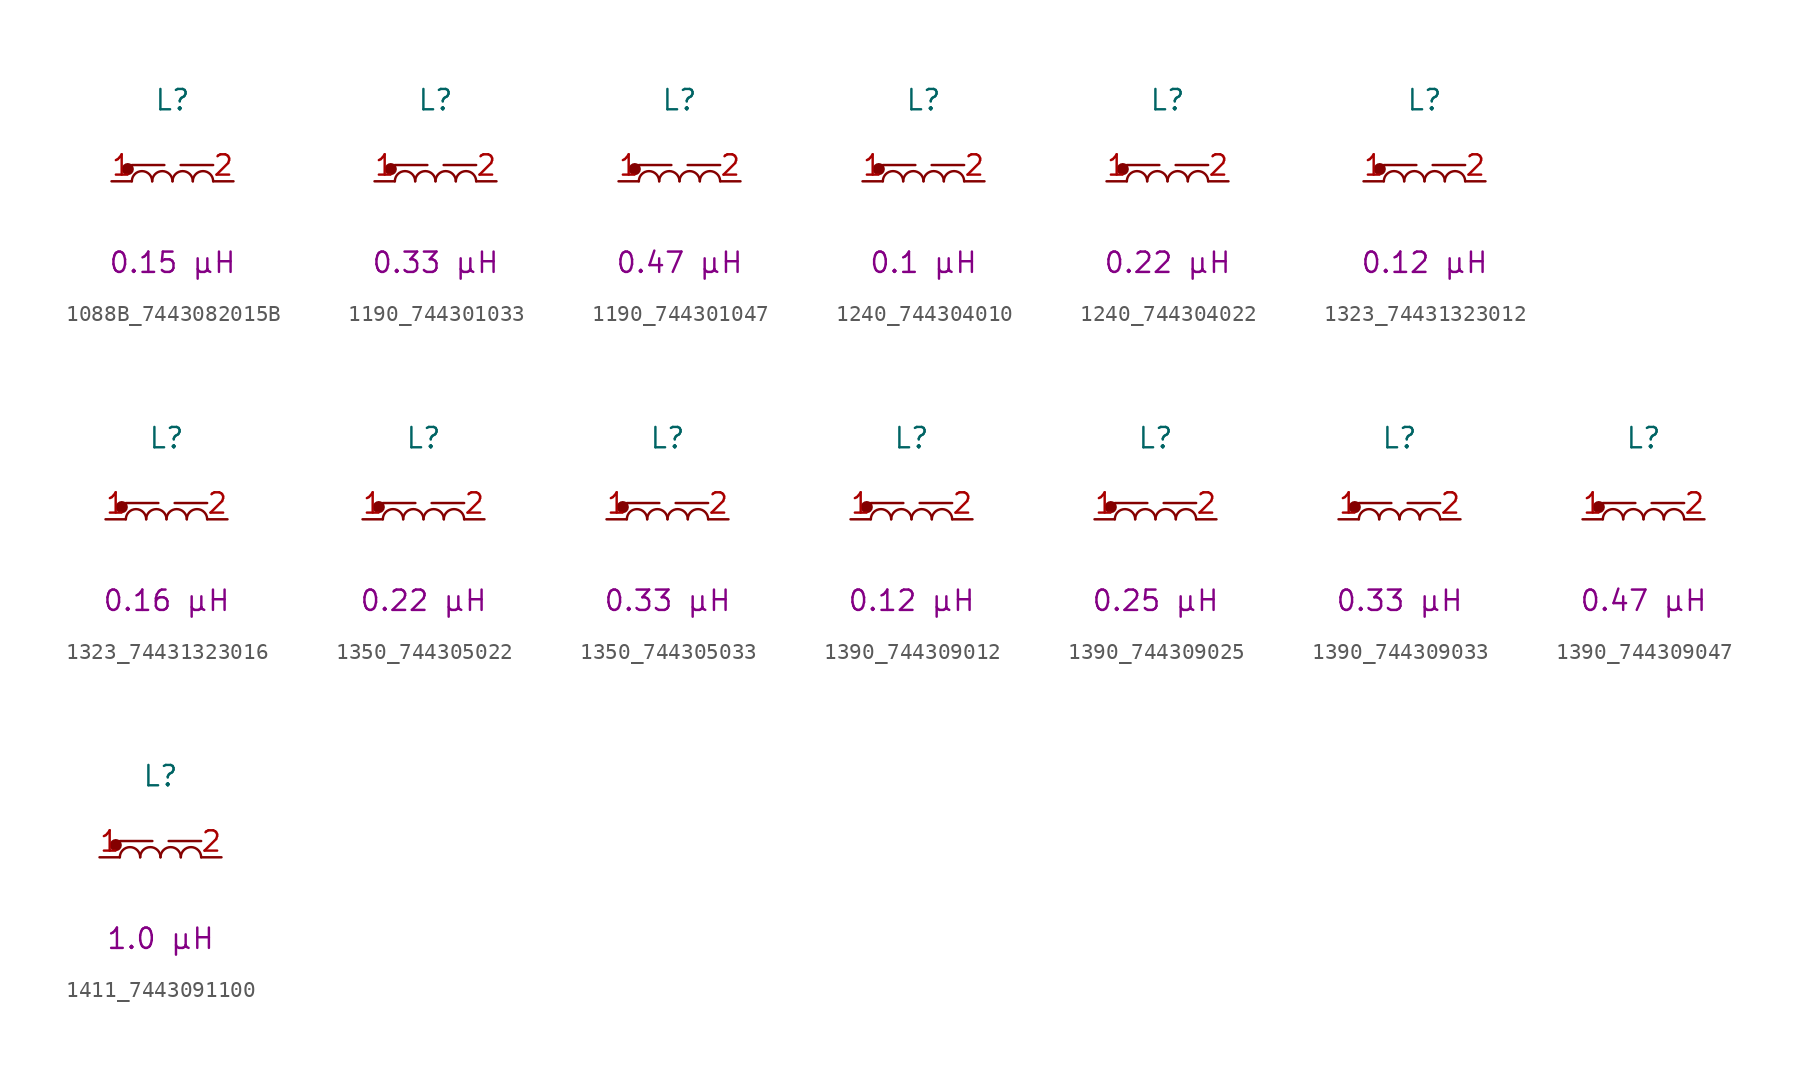
<source format=kicad_sym>
(kicad_symbol_lib
  (version 20220914)
  (generator kicad_symbol_editor)
  (symbol "1088B_7443082015B"
    (pin_names hide)
    (property "Reference" "L"
      (at 0 5.08 0)
      (effects (font (size 1.27 1.27))))
    (property "Critical Parameter" "0.15 µH"
      (at 0 -5.08 0)
      (effects (font (size 1.27 1.27))))
    (symbol "1088B_7443082015B_0_1"
      (arc (start -1.27 0) (mid -1.905 0.6323) (end -2.54 0) (stroke (width 0) (type default)) (fill (type none)))
      (arc (start 0 0) (mid -0.635 0.6323) (end -1.27 0) (stroke (width 0) (type default)) (fill (type none)))
      (polyline (pts (xy -2.54 1.016) (xy -0.508 1.016)) (stroke (width 0) (type default)) (fill (type none)))
      (arc (start 1.27 0) (mid 0.635 0.6323) (end 0 0) (stroke (width 0) (type default)) (fill (type none)))
      (arc (start 2.54 0) (mid 1.905 0.6323) (end 1.27 0) (stroke (width 0) (type default)) (fill (type none))))
    (symbol "1088B_7443082015B_1_1"
      (circle (center -2.794 0.762) (radius 0.0001) (stroke (width 0.381) (type default)) (fill (type none)))
      (polyline (pts (xy 2.54 1.016) (xy 0.508 1.016)) (stroke (width 0) (type default)) (fill (type none)))
      (pin passive line (at -3.81 0 0) (length 1.27) (name "1" (effects (font (size 1.27 1.27)))) (number "1" (effects (font (size 1.27 1.27)))))
      (pin passive line (at 3.81 0 180) (length 1.27) (name "2" (effects (font (size 1.27 1.27)))) (number "2" (effects (font (size 1.27 1.27)))))))
  (symbol "1190_744301033"
    (pin_names hide)
    (property "Reference" "L"
      (at 0 5.08 0)
      (effects (font (size 1.27 1.27))))
    (property "Critical Parameter" "0.33 µH"
      (at 0 -5.08 0)
      (effects (font (size 1.27 1.27))))
    (symbol "1190_744301033_0_1"
      (arc (start -1.27 0) (mid -1.905 0.6323) (end -2.54 0) (stroke (width 0) (type default)) (fill (type none)))
      (arc (start 0 0) (mid -0.635 0.6323) (end -1.27 0) (stroke (width 0) (type default)) (fill (type none)))
      (polyline (pts (xy -2.54 1.016) (xy -0.508 1.016)) (stroke (width 0) (type default)) (fill (type none)))
      (arc (start 1.27 0) (mid 0.635 0.6323) (end 0 0) (stroke (width 0) (type default)) (fill (type none)))
      (arc (start 2.54 0) (mid 1.905 0.6323) (end 1.27 0) (stroke (width 0) (type default)) (fill (type none))))
    (symbol "1190_744301033_1_1"
      (circle (center -2.794 0.762) (radius 0.0001) (stroke (width 0.381) (type default)) (fill (type none)))
      (polyline (pts (xy 2.54 1.016) (xy 0.508 1.016)) (stroke (width 0) (type default)) (fill (type none)))
      (pin passive line (at -3.81 0 0) (length 1.27) (name "1" (effects (font (size 1.27 1.27)))) (number "1" (effects (font (size 1.27 1.27)))))
      (pin passive line (at 3.81 0 180) (length 1.27) (name "2" (effects (font (size 1.27 1.27)))) (number "2" (effects (font (size 1.27 1.27)))))))
  (symbol "1190_744301047"
    (pin_names hide)
    (property "Reference" "L"
      (at 0 5.08 0)
      (effects (font (size 1.27 1.27))))
    (property "Critical Parameter" "0.47 µH"
      (at 0 -5.08 0)
      (effects (font (size 1.27 1.27))))
    (symbol "1190_744301047_0_1"
      (arc (start -1.27 0) (mid -1.905 0.6323) (end -2.54 0) (stroke (width 0) (type default)) (fill (type none)))
      (arc (start 0 0) (mid -0.635 0.6323) (end -1.27 0) (stroke (width 0) (type default)) (fill (type none)))
      (polyline (pts (xy -2.54 1.016) (xy -0.508 1.016)) (stroke (width 0) (type default)) (fill (type none)))
      (arc (start 1.27 0) (mid 0.635 0.6323) (end 0 0) (stroke (width 0) (type default)) (fill (type none)))
      (arc (start 2.54 0) (mid 1.905 0.6323) (end 1.27 0) (stroke (width 0) (type default)) (fill (type none))))
    (symbol "1190_744301047_1_1"
      (circle (center -2.794 0.762) (radius 0.0001) (stroke (width 0.381) (type default)) (fill (type none)))
      (polyline (pts (xy 2.54 1.016) (xy 0.508 1.016)) (stroke (width 0) (type default)) (fill (type none)))
      (pin passive line (at -3.81 0 0) (length 1.27) (name "1" (effects (font (size 1.27 1.27)))) (number "1" (effects (font (size 1.27 1.27)))))
      (pin passive line (at 3.81 0 180) (length 1.27) (name "2" (effects (font (size 1.27 1.27)))) (number "2" (effects (font (size 1.27 1.27)))))))
  (symbol "1240_744304010"
    (pin_names hide)
    (property "Reference" "L"
      (at 0 5.08 0)
      (effects (font (size 1.27 1.27))))
    (property "Critical Parameter" "0.1 µH"
      (at 0 -5.08 0)
      (effects (font (size 1.27 1.27))))
    (symbol "1240_744304010_0_1"
      (arc (start -1.27 0) (mid -1.905 0.6323) (end -2.54 0) (stroke (width 0) (type default)) (fill (type none)))
      (arc (start 0 0) (mid -0.635 0.6323) (end -1.27 0) (stroke (width 0) (type default)) (fill (type none)))
      (polyline (pts (xy -2.54 1.016) (xy -0.508 1.016)) (stroke (width 0) (type default)) (fill (type none)))
      (arc (start 1.27 0) (mid 0.635 0.6323) (end 0 0) (stroke (width 0) (type default)) (fill (type none)))
      (arc (start 2.54 0) (mid 1.905 0.6323) (end 1.27 0) (stroke (width 0) (type default)) (fill (type none))))
    (symbol "1240_744304010_1_1"
      (circle (center -2.794 0.762) (radius 0.0001) (stroke (width 0.381) (type default)) (fill (type none)))
      (polyline (pts (xy 2.54 1.016) (xy 0.508 1.016)) (stroke (width 0) (type default)) (fill (type none)))
      (pin passive line (at -3.81 0 0) (length 1.27) (name "1" (effects (font (size 1.27 1.27)))) (number "1" (effects (font (size 1.27 1.27)))))
      (pin passive line (at 3.81 0 180) (length 1.27) (name "2" (effects (font (size 1.27 1.27)))) (number "2" (effects (font (size 1.27 1.27)))))))
  (symbol "1240_744304022"
    (pin_names hide)
    (property "Reference" "L"
      (at 0 5.08 0)
      (effects (font (size 1.27 1.27))))
    (property "Critical Parameter" "0.22 µH"
      (at 0 -5.08 0)
      (effects (font (size 1.27 1.27))))
    (symbol "1240_744304022_0_1"
      (arc (start -1.27 0) (mid -1.905 0.6323) (end -2.54 0) (stroke (width 0) (type default)) (fill (type none)))
      (arc (start 0 0) (mid -0.635 0.6323) (end -1.27 0) (stroke (width 0) (type default)) (fill (type none)))
      (polyline (pts (xy -2.54 1.016) (xy -0.508 1.016)) (stroke (width 0) (type default)) (fill (type none)))
      (arc (start 1.27 0) (mid 0.635 0.6323) (end 0 0) (stroke (width 0) (type default)) (fill (type none)))
      (arc (start 2.54 0) (mid 1.905 0.6323) (end 1.27 0) (stroke (width 0) (type default)) (fill (type none))))
    (symbol "1240_744304022_1_1"
      (circle (center -2.794 0.762) (radius 0.0001) (stroke (width 0.381) (type default)) (fill (type none)))
      (polyline (pts (xy 2.54 1.016) (xy 0.508 1.016)) (stroke (width 0) (type default)) (fill (type none)))
      (pin passive line (at -3.81 0 0) (length 1.27) (name "1" (effects (font (size 1.27 1.27)))) (number "1" (effects (font (size 1.27 1.27)))))
      (pin passive line (at 3.81 0 180) (length 1.27) (name "2" (effects (font (size 1.27 1.27)))) (number "2" (effects (font (size 1.27 1.27)))))))
  (symbol "1323_74431323012"
    (pin_names hide)
    (property "Reference" "L"
      (at 0 5.08 0)
      (effects (font (size 1.27 1.27))))
    (property "Critical Parameter" "0.12 µH"
      (at 0 -5.08 0)
      (effects (font (size 1.27 1.27))))
    (symbol "1323_74431323012_0_1"
      (arc (start -1.27 0) (mid -1.905 0.6323) (end -2.54 0) (stroke (width 0) (type default)) (fill (type none)))
      (arc (start 0 0) (mid -0.635 0.6323) (end -1.27 0) (stroke (width 0) (type default)) (fill (type none)))
      (polyline (pts (xy -2.54 1.016) (xy -0.508 1.016)) (stroke (width 0) (type default)) (fill (type none)))
      (arc (start 1.27 0) (mid 0.635 0.6323) (end 0 0) (stroke (width 0) (type default)) (fill (type none)))
      (arc (start 2.54 0) (mid 1.905 0.6323) (end 1.27 0) (stroke (width 0) (type default)) (fill (type none))))
    (symbol "1323_74431323012_1_1"
      (circle (center -2.794 0.762) (radius 0.0001) (stroke (width 0.381) (type default)) (fill (type none)))
      (polyline (pts (xy 2.54 1.016) (xy 0.508 1.016)) (stroke (width 0) (type default)) (fill (type none)))
      (pin passive line (at -3.81 0 0) (length 1.27) (name "1" (effects (font (size 1.27 1.27)))) (number "1" (effects (font (size 1.27 1.27)))))
      (pin passive line (at 3.81 0 180) (length 1.27) (name "2" (effects (font (size 1.27 1.27)))) (number "2" (effects (font (size 1.27 1.27)))))))
  (symbol "1323_74431323016"
    (pin_names hide)
    (property "Reference" "L"
      (at 0 5.08 0)
      (effects (font (size 1.27 1.27))))
    (property "Critical Parameter" "0.16 µH"
      (at 0 -5.08 0)
      (effects (font (size 1.27 1.27))))
    (symbol "1323_74431323016_0_1"
      (arc (start -1.27 0) (mid -1.905 0.6323) (end -2.54 0) (stroke (width 0) (type default)) (fill (type none)))
      (arc (start 0 0) (mid -0.635 0.6323) (end -1.27 0) (stroke (width 0) (type default)) (fill (type none)))
      (polyline (pts (xy -2.54 1.016) (xy -0.508 1.016)) (stroke (width 0) (type default)) (fill (type none)))
      (arc (start 1.27 0) (mid 0.635 0.6323) (end 0 0) (stroke (width 0) (type default)) (fill (type none)))
      (arc (start 2.54 0) (mid 1.905 0.6323) (end 1.27 0) (stroke (width 0) (type default)) (fill (type none))))
    (symbol "1323_74431323016_1_1"
      (circle (center -2.794 0.762) (radius 0.0001) (stroke (width 0.381) (type default)) (fill (type none)))
      (polyline (pts (xy 2.54 1.016) (xy 0.508 1.016)) (stroke (width 0) (type default)) (fill (type none)))
      (pin passive line (at -3.81 0 0) (length 1.27) (name "1" (effects (font (size 1.27 1.27)))) (number "1" (effects (font (size 1.27 1.27)))))
      (pin passive line (at 3.81 0 180) (length 1.27) (name "2" (effects (font (size 1.27 1.27)))) (number "2" (effects (font (size 1.27 1.27)))))))
  (symbol "1350_744305022"
    (pin_names hide)
    (property "Reference" "L"
      (at 0 5.08 0)
      (effects (font (size 1.27 1.27))))
    (property "Critical Parameter" "0.22 µH"
      (at 0 -5.08 0)
      (effects (font (size 1.27 1.27))))
    (symbol "1350_744305022_0_1"
      (arc (start -1.27 0) (mid -1.905 0.6323) (end -2.54 0) (stroke (width 0) (type default)) (fill (type none)))
      (arc (start 0 0) (mid -0.635 0.6323) (end -1.27 0) (stroke (width 0) (type default)) (fill (type none)))
      (polyline (pts (xy -2.54 1.016) (xy -0.508 1.016)) (stroke (width 0) (type default)) (fill (type none)))
      (arc (start 1.27 0) (mid 0.635 0.6323) (end 0 0) (stroke (width 0) (type default)) (fill (type none)))
      (arc (start 2.54 0) (mid 1.905 0.6323) (end 1.27 0) (stroke (width 0) (type default)) (fill (type none))))
    (symbol "1350_744305022_1_1"
      (circle (center -2.794 0.762) (radius 0.0001) (stroke (width 0.381) (type default)) (fill (type none)))
      (polyline (pts (xy 2.54 1.016) (xy 0.508 1.016)) (stroke (width 0) (type default)) (fill (type none)))
      (pin passive line (at -3.81 0 0) (length 1.27) (name "1" (effects (font (size 1.27 1.27)))) (number "1" (effects (font (size 1.27 1.27)))))
      (pin passive line (at 3.81 0 180) (length 1.27) (name "2" (effects (font (size 1.27 1.27)))) (number "2" (effects (font (size 1.27 1.27)))))))
  (symbol "1350_744305033"
    (pin_names hide)
    (property "Reference" "L"
      (at 0 5.08 0)
      (effects (font (size 1.27 1.27))))
    (property "Critical Parameter" "0.33 µH"
      (at 0 -5.08 0)
      (effects (font (size 1.27 1.27))))
    (symbol "1350_744305033_0_1"
      (arc (start -1.27 0) (mid -1.905 0.6323) (end -2.54 0) (stroke (width 0) (type default)) (fill (type none)))
      (arc (start 0 0) (mid -0.635 0.6323) (end -1.27 0) (stroke (width 0) (type default)) (fill (type none)))
      (polyline (pts (xy -2.54 1.016) (xy -0.508 1.016)) (stroke (width 0) (type default)) (fill (type none)))
      (arc (start 1.27 0) (mid 0.635 0.6323) (end 0 0) (stroke (width 0) (type default)) (fill (type none)))
      (arc (start 2.54 0) (mid 1.905 0.6323) (end 1.27 0) (stroke (width 0) (type default)) (fill (type none))))
    (symbol "1350_744305033_1_1"
      (circle (center -2.794 0.762) (radius 0.0001) (stroke (width 0.381) (type default)) (fill (type none)))
      (polyline (pts (xy 2.54 1.016) (xy 0.508 1.016)) (stroke (width 0) (type default)) (fill (type none)))
      (pin passive line (at -3.81 0 0) (length 1.27) (name "1" (effects (font (size 1.27 1.27)))) (number "1" (effects (font (size 1.27 1.27)))))
      (pin passive line (at 3.81 0 180) (length 1.27) (name "2" (effects (font (size 1.27 1.27)))) (number "2" (effects (font (size 1.27 1.27)))))))
  (symbol "1390_744309012"
    (pin_names hide)
    (property "Reference" "L"
      (at 0 5.08 0)
      (effects (font (size 1.27 1.27))))
    (property "Critical Parameter" "0.12 µH"
      (at 0 -5.08 0)
      (effects (font (size 1.27 1.27))))
    (symbol "1390_744309012_0_1"
      (arc (start -1.27 0) (mid -1.905 0.6323) (end -2.54 0) (stroke (width 0) (type default)) (fill (type none)))
      (arc (start 0 0) (mid -0.635 0.6323) (end -1.27 0) (stroke (width 0) (type default)) (fill (type none)))
      (polyline (pts (xy -2.54 1.016) (xy -0.508 1.016)) (stroke (width 0) (type default)) (fill (type none)))
      (arc (start 1.27 0) (mid 0.635 0.6323) (end 0 0) (stroke (width 0) (type default)) (fill (type none)))
      (arc (start 2.54 0) (mid 1.905 0.6323) (end 1.27 0) (stroke (width 0) (type default)) (fill (type none))))
    (symbol "1390_744309012_1_1"
      (circle (center -2.794 0.762) (radius 0.0001) (stroke (width 0.381) (type default)) (fill (type none)))
      (polyline (pts (xy 2.54 1.016) (xy 0.508 1.016)) (stroke (width 0) (type default)) (fill (type none)))
      (pin passive line (at -3.81 0 0) (length 1.27) (name "1" (effects (font (size 1.27 1.27)))) (number "1" (effects (font (size 1.27 1.27)))))
      (pin passive line (at 3.81 0 180) (length 1.27) (name "2" (effects (font (size 1.27 1.27)))) (number "2" (effects (font (size 1.27 1.27)))))))
  (symbol "1390_744309025"
    (pin_names hide)
    (property "Reference" "L"
      (at 0 5.08 0)
      (effects (font (size 1.27 1.27))))
    (property "Critical Parameter" "0.25 µH"
      (at 0 -5.08 0)
      (effects (font (size 1.27 1.27))))
    (symbol "1390_744309025_0_1"
      (arc (start -1.27 0) (mid -1.905 0.6323) (end -2.54 0) (stroke (width 0) (type default)) (fill (type none)))
      (arc (start 0 0) (mid -0.635 0.6323) (end -1.27 0) (stroke (width 0) (type default)) (fill (type none)))
      (polyline (pts (xy -2.54 1.016) (xy -0.508 1.016)) (stroke (width 0) (type default)) (fill (type none)))
      (arc (start 1.27 0) (mid 0.635 0.6323) (end 0 0) (stroke (width 0) (type default)) (fill (type none)))
      (arc (start 2.54 0) (mid 1.905 0.6323) (end 1.27 0) (stroke (width 0) (type default)) (fill (type none))))
    (symbol "1390_744309025_1_1"
      (circle (center -2.794 0.762) (radius 0.0001) (stroke (width 0.381) (type default)) (fill (type none)))
      (polyline (pts (xy 2.54 1.016) (xy 0.508 1.016)) (stroke (width 0) (type default)) (fill (type none)))
      (pin passive line (at -3.81 0 0) (length 1.27) (name "1" (effects (font (size 1.27 1.27)))) (number "1" (effects (font (size 1.27 1.27)))))
      (pin passive line (at 3.81 0 180) (length 1.27) (name "2" (effects (font (size 1.27 1.27)))) (number "2" (effects (font (size 1.27 1.27)))))))
  (symbol "1390_744309033"
    (pin_names hide)
    (property "Reference" "L"
      (at 0 5.08 0)
      (effects (font (size 1.27 1.27))))
    (property "Critical Parameter" "0.33 µH"
      (at 0 -5.08 0)
      (effects (font (size 1.27 1.27))))
    (symbol "1390_744309033_0_1"
      (arc (start -1.27 0) (mid -1.905 0.6323) (end -2.54 0) (stroke (width 0) (type default)) (fill (type none)))
      (arc (start 0 0) (mid -0.635 0.6323) (end -1.27 0) (stroke (width 0) (type default)) (fill (type none)))
      (polyline (pts (xy -2.54 1.016) (xy -0.508 1.016)) (stroke (width 0) (type default)) (fill (type none)))
      (arc (start 1.27 0) (mid 0.635 0.6323) (end 0 0) (stroke (width 0) (type default)) (fill (type none)))
      (arc (start 2.54 0) (mid 1.905 0.6323) (end 1.27 0) (stroke (width 0) (type default)) (fill (type none))))
    (symbol "1390_744309033_1_1"
      (circle (center -2.794 0.762) (radius 0.0001) (stroke (width 0.381) (type default)) (fill (type none)))
      (polyline (pts (xy 2.54 1.016) (xy 0.508 1.016)) (stroke (width 0) (type default)) (fill (type none)))
      (pin passive line (at -3.81 0 0) (length 1.27) (name "1" (effects (font (size 1.27 1.27)))) (number "1" (effects (font (size 1.27 1.27)))))
      (pin passive line (at 3.81 0 180) (length 1.27) (name "2" (effects (font (size 1.27 1.27)))) (number "2" (effects (font (size 1.27 1.27)))))))
  (symbol "1390_744309047"
    (pin_names hide)
    (property "Reference" "L"
      (at 0 5.08 0)
      (effects (font (size 1.27 1.27))))
    (property "Critical Parameter" "0.47 µH"
      (at 0 -5.08 0)
      (effects (font (size 1.27 1.27))))
    (symbol "1390_744309047_0_1"
      (arc (start -1.27 0) (mid -1.905 0.6323) (end -2.54 0) (stroke (width 0) (type default)) (fill (type none)))
      (arc (start 0 0) (mid -0.635 0.6323) (end -1.27 0) (stroke (width 0) (type default)) (fill (type none)))
      (polyline (pts (xy -2.54 1.016) (xy -0.508 1.016)) (stroke (width 0) (type default)) (fill (type none)))
      (arc (start 1.27 0) (mid 0.635 0.6323) (end 0 0) (stroke (width 0) (type default)) (fill (type none)))
      (arc (start 2.54 0) (mid 1.905 0.6323) (end 1.27 0) (stroke (width 0) (type default)) (fill (type none))))
    (symbol "1390_744309047_1_1"
      (circle (center -2.794 0.762) (radius 0.0001) (stroke (width 0.381) (type default)) (fill (type none)))
      (polyline (pts (xy 2.54 1.016) (xy 0.508 1.016)) (stroke (width 0) (type default)) (fill (type none)))
      (pin passive line (at -3.81 0 0) (length 1.27) (name "1" (effects (font (size 1.27 1.27)))) (number "1" (effects (font (size 1.27 1.27)))))
      (pin passive line (at 3.81 0 180) (length 1.27) (name "2" (effects (font (size 1.27 1.27)))) (number "2" (effects (font (size 1.27 1.27)))))))
  (symbol "1411_7443091100"
    (pin_names hide)
    (property "Reference" "L"
      (at 0 5.08 0)
      (effects (font (size 1.27 1.27))))
    (property "Critical Parameter" "1.0 µH"
      (at 0 -5.08 0)
      (effects (font (size 1.27 1.27))))
    (symbol "1411_7443091100_0_1"
      (arc (start -1.27 0) (mid -1.905 0.6323) (end -2.54 0) (stroke (width 0) (type default)) (fill (type none)))
      (arc (start 0 0) (mid -0.635 0.6323) (end -1.27 0) (stroke (width 0) (type default)) (fill (type none)))
      (polyline (pts (xy -2.54 1.016) (xy -0.508 1.016)) (stroke (width 0) (type default)) (fill (type none)))
      (arc (start 1.27 0) (mid 0.635 0.6323) (end 0 0) (stroke (width 0) (type default)) (fill (type none)))
      (arc (start 2.54 0) (mid 1.905 0.6323) (end 1.27 0) (stroke (width 0) (type default)) (fill (type none))))
    (symbol "1411_7443091100_1_1"
      (circle (center -2.794 0.762) (radius 0.0001) (stroke (width 0.381) (type default)) (fill (type none)))
      (polyline (pts (xy 2.54 1.016) (xy 0.508 1.016)) (stroke (width 0) (type default)) (fill (type none)))
      (pin passive line (at -3.81 0 0) (length 1.27) (name "1" (effects (font (size 1.27 1.27)))) (number "1" (effects (font (size 1.27 1.27)))))
      (pin passive line (at 3.81 0 180) (length 1.27) (name "2" (effects (font (size 1.27 1.27)))) (number "2" (effects (font (size 1.27 1.27))))))))
</source>
